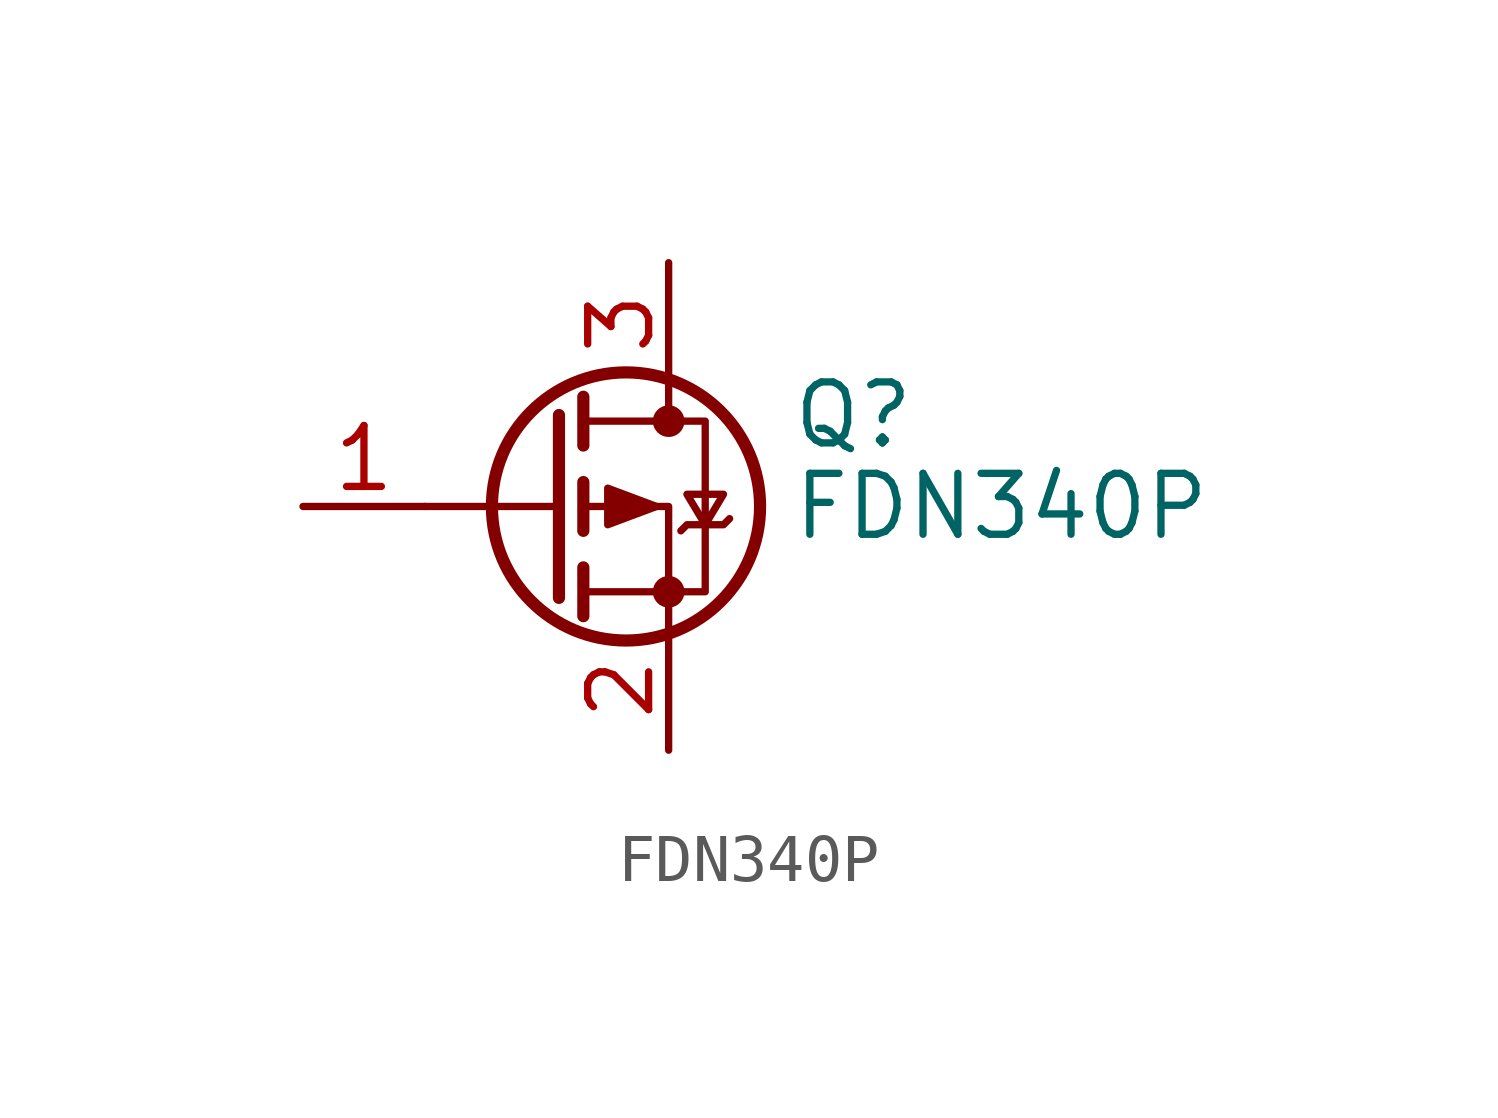
<source format=kicad_sym>
(kicad_symbol_lib
  (version 20220914)
  (generator kicad_symbol_editor)
  (symbol "FDN340P"
    (pin_names hide)
    (property "Reference" "Q"
      (at 5.08 1.905 0)
      (effects (font (size 1.27 1.27)) (justify left)))
    (property "Value" "FDN340P"
      (at 5.08 0 0)
      (effects (font (size 1.27 1.27)) (justify left)))
    (symbol "FDN340P_0_1"
      (polyline (pts (xy 0.254 0) (xy -2.54 0)) (stroke (width 0) (type default)) (fill (type none)))
      (polyline (pts (xy 0.254 1.905) (xy 0.254 -1.905)) (stroke (width 0.254) (type default)) (fill (type none)))
      (polyline (pts (xy 0.762 -1.27) (xy 0.762 -2.286)) (stroke (width 0.254) (type default)) (fill (type none)))
      (polyline (pts (xy 0.762 0.508) (xy 0.762 -0.508)) (stroke (width 0.254) (type default)) (fill (type none)))
      (polyline (pts (xy 0.762 2.286) (xy 0.762 1.27)) (stroke (width 0.254) (type default)) (fill (type none)))
      (polyline (pts (xy 2.54 2.54) (xy 2.54 1.778)) (stroke (width 0) (type default)) (fill (type none)))
      (polyline (pts (xy 2.54 -2.54) (xy 2.54 0) (xy 0.762 0)) (stroke (width 0) (type default)) (fill (type none)))
      (polyline (pts (xy 0.762 1.778) (xy 3.302 1.778) (xy 3.302 -1.778) (xy 0.762 -1.778)) (stroke (width 0) (type default)) (fill (type none)))
      (polyline (pts (xy 2.286 0) (xy 1.27 0.381) (xy 1.27 -0.381) (xy 2.286 0)) (stroke (width 0) (type default)) (fill (type outline)))
      (polyline (pts (xy 2.794 -0.508) (xy 2.921 -0.381) (xy 3.683 -0.381) (xy 3.81 -0.254)) (stroke (width 0) (type default)) (fill (type none)))
      (polyline (pts (xy 3.302 -0.381) (xy 2.921 0.254) (xy 3.683 0.254) (xy 3.302 -0.381)) (stroke (width 0) (type default)) (fill (type none)))
      (circle (center 1.651 0) (radius 2.794) (stroke (width 0.254) (type default)) (fill (type none)))
      (circle (center 2.54 -1.778) (radius 0.254) (stroke (width 0) (type default)) (fill (type outline)))
      (circle (center 2.54 1.778) (radius 0.254) (stroke (width 0) (type default)) (fill (type outline))))
    (symbol "FDN340P_1_1"
      (pin input line (at -5.08 0 0) (length 2.54) (name "G" (effects (font (size 1.27 1.27)))) (number "1" (effects (font (size 1.27 1.27)))))
      (pin passive line (at 2.54 -5.08 90) (length 2.54) (name "S" (effects (font (size 1.27 1.27)))) (number "2" (effects (font (size 1.27 1.27)))))
      (pin passive line (at 2.54 5.08 270) (length 2.54) (name "D" (effects (font (size 1.27 1.27)))) (number "3" (effects (font (size 1.27 1.27))))))))
</source>
